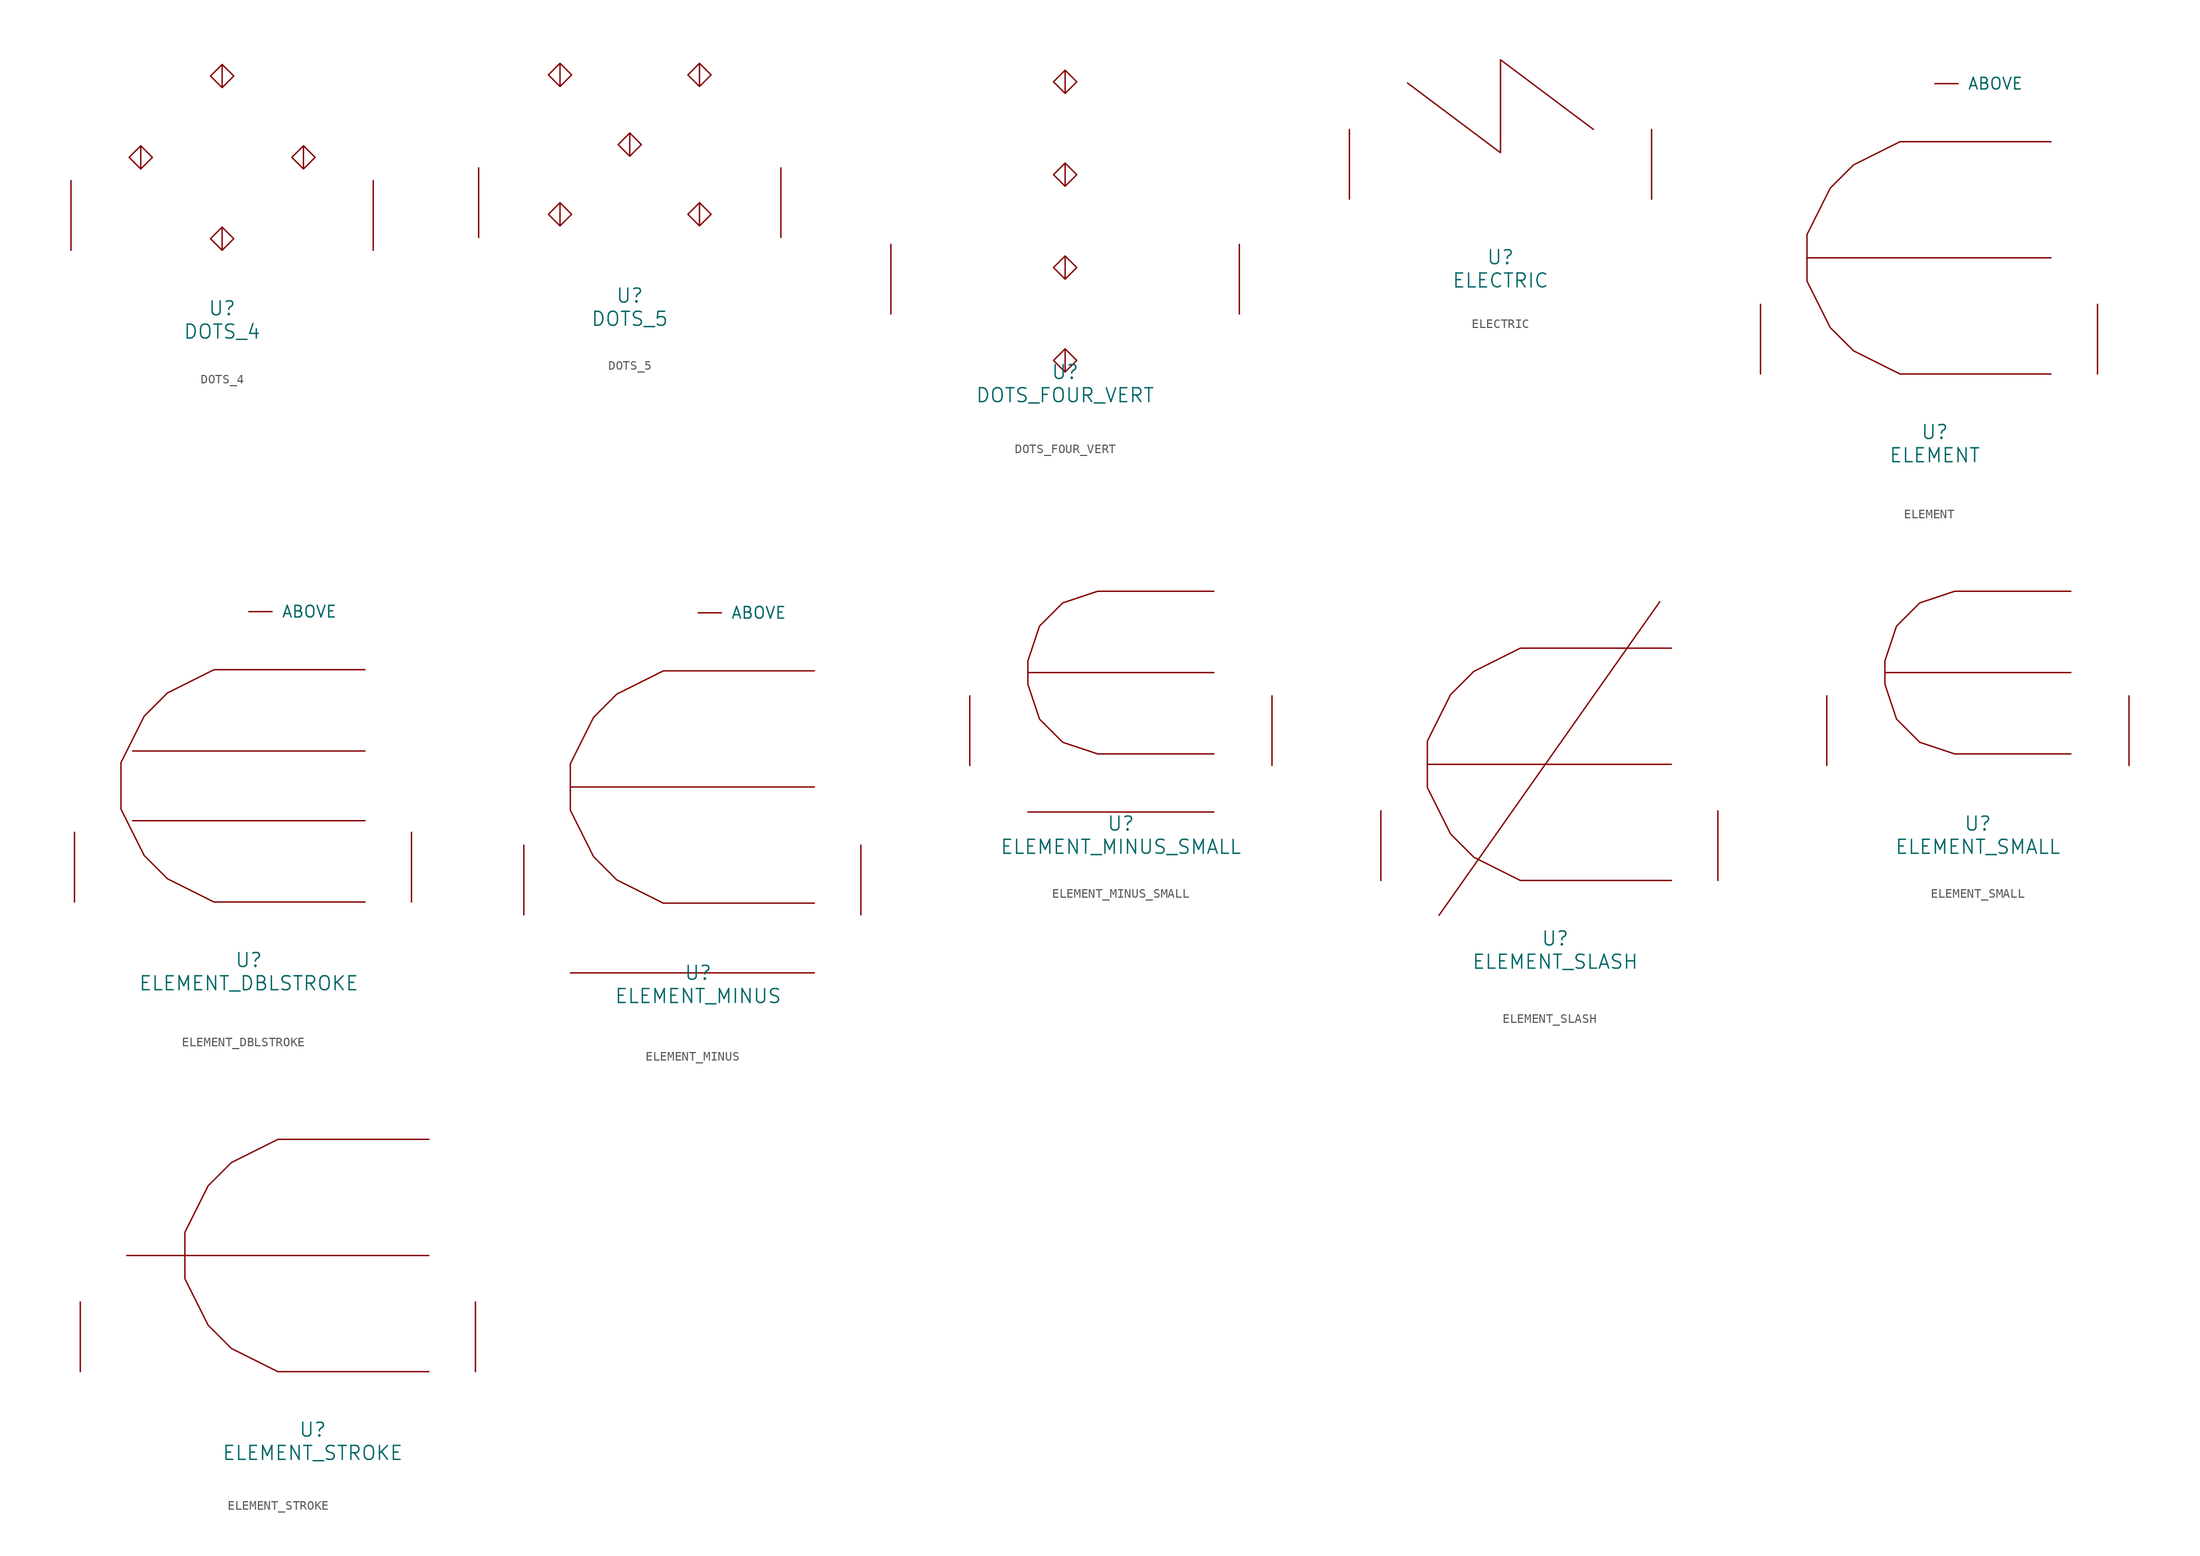
<source format=kicad_sym>
(kicad_symbol_lib
  (version 20220914)
  (generator font_lib2sym)
  (symbol "DOTS_4"
    (pin_names
      (offset 1.016))
    (property "Reference" "U"
      (at 0 -6.35 0)
      (effects (font (size 1.524 1.524))))
    (property "Value" "DOTS_4"
      (at 0 -8.89 0)
      (effects (font (size 1.524 1.524))))
    (symbol "DOTS_4_0_1"
      (polyline (pts (xy -8.89 11.43) (xy -7.62 10.16) (xy -8.89 8.89) (xy -10.16 10.16) (xy -8.89 11.43) (xy -8.89 8.89)) (stroke (width 0) (type solid)) (fill (type none)))
      (polyline (pts (xy 0 2.54) (xy 1.27 1.27) (xy 0 0) (xy -1.27 1.27) (xy 0 2.54) (xy 0 0)) (stroke (width 0) (type solid)) (fill (type none)))
      (polyline (pts (xy 0 20.32) (xy 1.27 19.05) (xy 0 17.78) (xy -1.27 19.05) (xy 0 20.32) (xy 0 17.78)) (stroke (width 0) (type solid)) (fill (type none)))
      (polyline (pts (xy 8.89 11.43) (xy 10.16 10.16) (xy 8.89 8.89) (xy 7.62 10.16) (xy 8.89 11.43) (xy 8.89 8.89)) (stroke (width 0) (type solid)) (fill (type none)))
      (pin input line (at -16.51 0 90) (length 7.62) (name "~" (effects (font (size 1.27 1.27)))) (number "~" (effects (font (size 1.27 1.27)))))
      (pin input line (at 16.51 0 90) (length 7.62) (name "~" (effects (font (size 1.27 1.27)))) (number "~" (effects (font (size 1.27 1.27)))))))
  (symbol "DOTS_5"
    (pin_names
      (offset 1.016))
    (property "Reference" "U"
      (at 0 -6.35 0)
      (effects (font (size 1.524 1.524))))
    (property "Value" "DOTS_5"
      (at 0 -8.89 0)
      (effects (font (size 1.524 1.524))))
    (symbol "DOTS_5_0_1"
      (polyline (pts (xy -7.62 3.81) (xy -6.35 2.54) (xy -7.62 1.27) (xy -8.89 2.54) (xy -7.62 3.81) (xy -7.62 1.27)) (stroke (width 0) (type solid)) (fill (type none)))
      (polyline (pts (xy -7.62 19.05) (xy -6.35 17.78) (xy -7.62 16.51) (xy -8.89 17.78) (xy -7.62 19.05) (xy -7.62 16.51)) (stroke (width 0) (type solid)) (fill (type none)))
      (polyline (pts (xy 0 11.43) (xy 1.27 10.16) (xy 0 8.89) (xy -1.27 10.16) (xy 0 11.43) (xy 0 8.89)) (stroke (width 0) (type solid)) (fill (type none)))
      (polyline (pts (xy 7.62 3.81) (xy 8.89 2.54) (xy 7.62 1.27) (xy 6.35 2.54) (xy 7.62 3.81) (xy 7.62 1.27)) (stroke (width 0) (type solid)) (fill (type none)))
      (polyline (pts (xy 7.62 19.05) (xy 8.89 17.78) (xy 7.62 16.51) (xy 6.35 17.78) (xy 7.62 19.05) (xy 7.62 16.51)) (stroke (width 0) (type solid)) (fill (type none)))
      (pin input line (at -16.51 0 90) (length 7.62) (name "~" (effects (font (size 1.27 1.27)))) (number "~" (effects (font (size 1.27 1.27)))))
      (pin input line (at 16.51 0 90) (length 7.62) (name "~" (effects (font (size 1.27 1.27)))) (number "~" (effects (font (size 1.27 1.27)))))))
  (symbol "DOTS_FOUR_VERT"
    (pin_names
      (offset 1.016))
    (property "Reference" "U"
      (at 0 -6.35 0)
      (effects (font (size 1.524 1.524))))
    (property "Value" "DOTS_FOUR_VERT"
      (at 0 -8.89 0)
      (effects (font (size 1.524 1.524))))
    (symbol "DOTS_FOUR_VERT_0_1"
      (polyline (pts (xy 0 -3.81) (xy 1.27 -5.08) (xy 0 -6.35) (xy -1.27 -5.08) (xy 0 -3.81) (xy 0 -6.35)) (stroke (width 0) (type solid)) (fill (type none)))
      (polyline (pts (xy 0 6.35) (xy 1.27 5.08) (xy 0 3.81) (xy -1.27 5.08) (xy 0 6.35) (xy 0 3.81)) (stroke (width 0) (type solid)) (fill (type none)))
      (polyline (pts (xy 0 16.51) (xy 1.27 15.24) (xy 0 13.97) (xy -1.27 15.24) (xy 0 16.51) (xy 0 13.97)) (stroke (width 0) (type solid)) (fill (type none)))
      (polyline (pts (xy 0 26.67) (xy 1.27 25.4) (xy 0 24.13) (xy -1.27 25.4) (xy 0 26.67) (xy 0 24.13)) (stroke (width 0) (type solid)) (fill (type none)))
      (pin input line (at -19.05 0 90) (length 7.62) (name "~" (effects (font (size 1.27 1.27)))) (number "~" (effects (font (size 1.27 1.27)))))
      (pin input line (at 19.05 0 90) (length 7.62) (name "~" (effects (font (size 1.27 1.27)))) (number "~" (effects (font (size 1.27 1.27)))))))
  (symbol "ELECTRIC"
    (pin_names
      (offset 1.016))
    (property "Reference" "U"
      (at 0 -6.35 0)
      (effects (font (size 1.524 1.524))))
    (property "Value" "ELECTRIC"
      (at 0 -8.89 0)
      (effects (font (size 1.524 1.524))))
    (symbol "ELECTRIC_0_1"
      (polyline (pts (xy -10.16 12.7) (xy 0 5.08) (xy 0 15.24) (xy 10.16 7.62)) (stroke (width 0) (type solid)) (fill (type none)))
      (pin input line (at -16.51 0 90) (length 7.62) (name "~" (effects (font (size 1.27 1.27)))) (number "~" (effects (font (size 1.27 1.27)))))
      (pin input line (at 16.51 0 90) (length 7.62) (name "~" (effects (font (size 1.27 1.27)))) (number "~" (effects (font (size 1.27 1.27)))))))
  (symbol "ELEMENT"
    (pin_names
      (offset 1.016))
    (property "Reference" "U"
      (at 0 -6.35 0)
      (effects (font (size 1.524 1.524))))
    (property "Value" "ELEMENT"
      (at 0 -8.89 0)
      (effects (font (size 1.524 1.524))))
    (symbol "ELEMENT_0_1"
      (polyline (pts (xy 12.7 12.7) (xy -13.97 12.7)) (stroke (width 0) (type solid)) (fill (type none)))
      (polyline (pts (xy 12.7 25.4) (xy -3.81 25.4) (xy -8.89 22.86) (xy -11.43 20.32) (xy -13.97 15.24) (xy -13.97 10.16) (xy -11.43 5.08) (xy -8.89 2.54) (xy -3.81 0) (xy 12.7 0)) (stroke (width 0) (type solid)) (fill (type none)))
      (pin input line (at 0 31.75 0) (length 2.54) (name "ABOVE" (effects (font (size 1.27 1.27)))) (number "~" (effects (font (size 1.27 1.27)))))
      (pin input line (at -19.05 0 90) (length 7.62) (name "~" (effects (font (size 1.27 1.27)))) (number "~" (effects (font (size 1.27 1.27)))))
      (pin input line (at 17.78 0 90) (length 7.62) (name "~" (effects (font (size 1.27 1.27)))) (number "~" (effects (font (size 1.27 1.27)))))))
  (symbol "ELEMENT_DBLSTROKE"
    (pin_names
      (offset 1.016))
    (property "Reference" "U"
      (at 0 -6.35 0)
      (effects (font (size 1.524 1.524))))
    (property "Value" "ELEMENT_DBLSTROKE"
      (at 0 -8.89 0)
      (effects (font (size 1.524 1.524))))
    (symbol "ELEMENT_DBLSTROKE_0_1"
      (polyline (pts (xy -12.7 8.89) (xy 12.7 8.89)) (stroke (width 0) (type solid)) (fill (type none)))
      (polyline (pts (xy -12.7 16.51) (xy 12.7 16.51)) (stroke (width 0) (type solid)) (fill (type none)))
      (polyline (pts (xy 12.7 25.4) (xy -3.81 25.4) (xy -8.89 22.86) (xy -11.43 20.32) (xy -13.97 15.24) (xy -13.97 10.16) (xy -11.43 5.08) (xy -8.89 2.54) (xy -3.81 0) (xy 12.7 0)) (stroke (width 0) (type solid)) (fill (type none)))
      (pin input line (at 0 31.75 0) (length 2.54) (name "ABOVE" (effects (font (size 1.27 1.27)))) (number "~" (effects (font (size 1.27 1.27)))))
      (pin input line (at -19.05 0 90) (length 7.62) (name "~" (effects (font (size 1.27 1.27)))) (number "~" (effects (font (size 1.27 1.27)))))
      (pin input line (at 17.78 0 90) (length 7.62) (name "~" (effects (font (size 1.27 1.27)))) (number "~" (effects (font (size 1.27 1.27)))))))
  (symbol "ELEMENT_MINUS"
    (pin_names
      (offset 1.016))
    (property "Reference" "U"
      (at 0 -6.35 0)
      (effects (font (size 1.524 1.524))))
    (property "Value" "ELEMENT_MINUS"
      (at 0 -8.89 0)
      (effects (font (size 1.524 1.524))))
    (symbol "ELEMENT_MINUS_0_1"
      (polyline (pts (xy -13.97 -6.35) (xy 12.7 -6.35)) (stroke (width 0) (type solid)) (fill (type none)))
      (polyline (pts (xy 12.7 13.97) (xy -13.97 13.97)) (stroke (width 0) (type solid)) (fill (type none)))
      (polyline (pts (xy 12.7 26.67) (xy -3.81 26.67) (xy -8.89 24.13) (xy -11.43 21.59) (xy -13.97 16.51) (xy -13.97 11.43) (xy -11.43 6.35) (xy -8.89 3.81) (xy -3.81 1.27) (xy 12.7 1.27)) (stroke (width 0) (type solid)) (fill (type none)))
      (pin input line (at 0 33.02 0) (length 2.54) (name "ABOVE" (effects (font (size 1.27 1.27)))) (number "~" (effects (font (size 1.27 1.27)))))
      (pin input line (at -19.05 0 90) (length 7.62) (name "~" (effects (font (size 1.27 1.27)))) (number "~" (effects (font (size 1.27 1.27)))))
      (pin input line (at 17.78 0 90) (length 7.62) (name "~" (effects (font (size 1.27 1.27)))) (number "~" (effects (font (size 1.27 1.27)))))))
  (symbol "ELEMENT_MINUS_SMALL"
    (pin_names
      (offset 1.016))
    (property "Reference" "U"
      (at 0 -6.35 0)
      (effects (font (size 1.524 1.524))))
    (property "Value" "ELEMENT_MINUS_SMALL"
      (at 0 -8.89 0)
      (effects (font (size 1.524 1.524))))
    (symbol "ELEMENT_MINUS_SMALL_0_1"
      (polyline (pts (xy -10.16 10.16) (xy 10.16 10.16)) (stroke (width 0) (type solid)) (fill (type none)))
      (polyline (pts (xy 10.16 -5.08) (xy -10.16 -5.08)) (stroke (width 0) (type solid)) (fill (type none)))
      (polyline (pts (xy 10.16 1.27) (xy -2.54 1.27) (xy -6.35 2.54) (xy -8.89 5.08) (xy -10.16 8.89) (xy -10.16 11.43) (xy -8.89 15.24) (xy -6.35 17.78) (xy -2.54 19.05) (xy 10.16 19.05)) (stroke (width 0) (type solid)) (fill (type none)))
      (pin input line (at -16.51 0 90) (length 7.62) (name "~" (effects (font (size 1.27 1.27)))) (number "~" (effects (font (size 1.27 1.27)))))
      (pin input line (at 16.51 0 90) (length 7.62) (name "~" (effects (font (size 1.27 1.27)))) (number "~" (effects (font (size 1.27 1.27)))))))
  (symbol "ELEMENT_SLASH"
    (pin_names
      (offset 1.016))
    (property "Reference" "U"
      (at 0 -6.35 0)
      (effects (font (size 1.524 1.524))))
    (property "Value" "ELEMENT_SLASH"
      (at 0 -8.89 0)
      (effects (font (size 1.524 1.524))))
    (symbol "ELEMENT_SLASH_0_1"
      (polyline (pts (xy 11.43 30.48) (xy -12.7 -3.81)) (stroke (width 0) (type solid)) (fill (type none)))
      (polyline (pts (xy 12.7 12.7) (xy -13.97 12.7)) (stroke (width 0) (type solid)) (fill (type none)))
      (polyline (pts (xy 12.7 25.4) (xy -3.81 25.4) (xy -8.89 22.86) (xy -11.43 20.32) (xy -13.97 15.24) (xy -13.97 10.16) (xy -11.43 5.08) (xy -8.89 2.54) (xy -3.81 0) (xy 12.7 0)) (stroke (width 0) (type solid)) (fill (type none)))
      (pin input line (at -19.05 0 90) (length 7.62) (name "~" (effects (font (size 1.27 1.27)))) (number "~" (effects (font (size 1.27 1.27)))))
      (pin input line (at 17.78 0 90) (length 7.62) (name "~" (effects (font (size 1.27 1.27)))) (number "~" (effects (font (size 1.27 1.27)))))))
  (symbol "ELEMENT_SMALL"
    (pin_names
      (offset 1.016))
    (property "Reference" "U"
      (at 0 -6.35 0)
      (effects (font (size 1.524 1.524))))
    (property "Value" "ELEMENT_SMALL"
      (at 0 -8.89 0)
      (effects (font (size 1.524 1.524))))
    (symbol "ELEMENT_SMALL_0_1"
      (polyline (pts (xy -10.16 10.16) (xy 10.16 10.16)) (stroke (width 0) (type solid)) (fill (type none)))
      (polyline (pts (xy 10.16 1.27) (xy -2.54 1.27) (xy -6.35 2.54) (xy -8.89 5.08) (xy -10.16 8.89) (xy -10.16 11.43) (xy -8.89 15.24) (xy -6.35 17.78) (xy -2.54 19.05) (xy 10.16 19.05)) (stroke (width 0) (type solid)) (fill (type none)))
      (pin input line (at -16.51 0 90) (length 7.62) (name "~" (effects (font (size 1.27 1.27)))) (number "~" (effects (font (size 1.27 1.27)))))
      (pin input line (at 16.51 0 90) (length 7.62) (name "~" (effects (font (size 1.27 1.27)))) (number "~" (effects (font (size 1.27 1.27)))))))
  (symbol "ELEMENT_STROKE"
    (pin_names
      (offset 1.016))
    (property "Reference" "U"
      (at 0 -6.35 0)
      (effects (font (size 1.524 1.524))))
    (property "Value" "ELEMENT_STROKE"
      (at 0 -8.89 0)
      (effects (font (size 1.524 1.524))))
    (symbol "ELEMENT_STROKE_0_1"
      (polyline (pts (xy -20.32 12.7) (xy 12.7 12.7)) (stroke (width 0) (type solid)) (fill (type none)))
      (polyline (pts (xy 12.7 25.4) (xy -3.81 25.4) (xy -8.89 22.86) (xy -11.43 20.32) (xy -13.97 15.24) (xy -13.97 10.16) (xy -11.43 5.08) (xy -8.89 2.54) (xy -3.81 0) (xy 12.7 0)) (stroke (width 0) (type solid)) (fill (type none)))
      (pin input line (at -25.4 0 90) (length 7.62) (name "~" (effects (font (size 1.27 1.27)))) (number "~" (effects (font (size 1.27 1.27)))))
      (pin input line (at 17.78 0 90) (length 7.62) (name "~" (effects (font (size 1.27 1.27)))) (number "~" (effects (font (size 1.27 1.27))))))))
</source>
